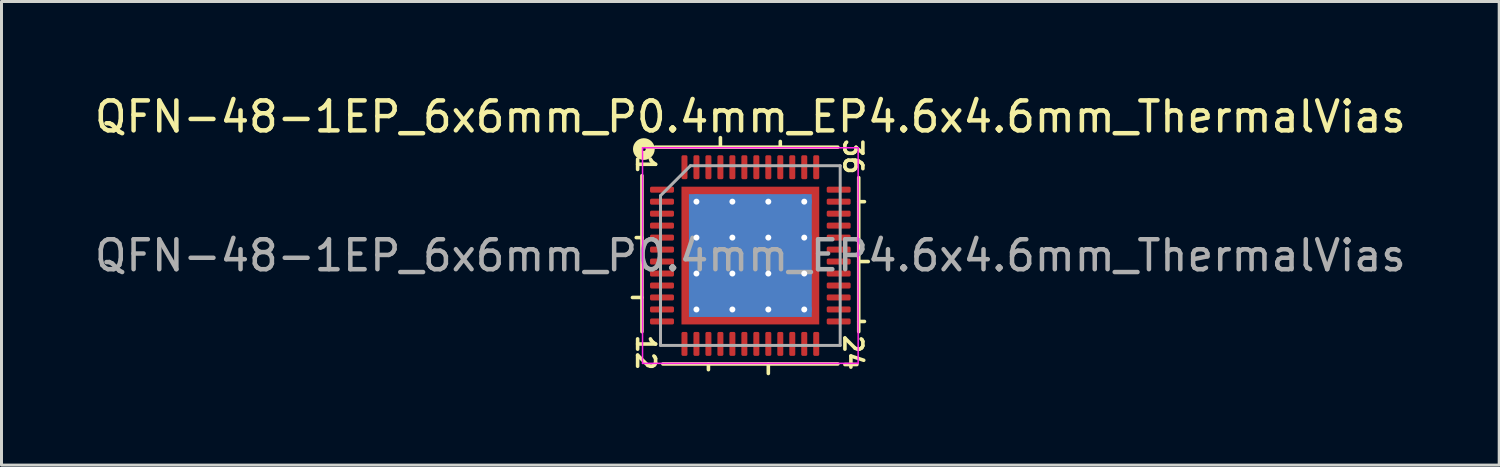
<source format=kicad_pcb>
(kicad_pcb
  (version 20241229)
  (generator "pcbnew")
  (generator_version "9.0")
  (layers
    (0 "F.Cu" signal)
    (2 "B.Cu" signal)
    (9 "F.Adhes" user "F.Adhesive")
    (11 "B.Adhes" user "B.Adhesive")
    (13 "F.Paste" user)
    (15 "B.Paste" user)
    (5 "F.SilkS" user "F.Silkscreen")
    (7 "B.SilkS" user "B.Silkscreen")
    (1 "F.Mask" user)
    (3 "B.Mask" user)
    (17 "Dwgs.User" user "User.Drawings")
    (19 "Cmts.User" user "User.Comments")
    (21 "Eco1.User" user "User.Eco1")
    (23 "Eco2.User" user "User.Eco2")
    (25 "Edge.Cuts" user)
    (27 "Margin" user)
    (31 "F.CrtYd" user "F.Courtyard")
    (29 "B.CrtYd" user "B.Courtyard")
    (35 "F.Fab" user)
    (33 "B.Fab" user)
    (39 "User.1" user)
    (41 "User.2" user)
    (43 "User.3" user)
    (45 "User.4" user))
  (footprint "QFN-48-1EP_6x6mm_P0.4mm_EP4.6x4.6mm_ThermalVias"
    (layer "F.Cu")
    (at 22.006 5.484)
    (property "Reference" "QFN-48-1EP_6x6mm_P0.4mm_EP4.6x4.6mm_ThermalVias" (at 0 -4.636 0) (layer "F.SilkS") (effects (font (size 1 1) (thickness 0.15))))
    (attr smd)
    (fp_line (start -3.619 -2.667) (end -3.619 2.54) (stroke (width 0.12) (type solid)) (layer "F.SilkS"))
    (fp_line (start -3.619 -0.6) (end -3.81 -0.6) (stroke (width 0.12) (type solid)) (layer "F.SilkS"))
    (fp_line (start -3.619 1.4) (end -3.937 1.4) (stroke (width 0.12) (type solid)) (layer "F.SilkS"))
    (fp_line (start -2.921 3.619) (end 2.921 3.619) (stroke (width 0.12) (type solid)) (layer "F.SilkS"))
    (fp_line (start -1.4 3.81) (end -1.4 3.619) (stroke (width 0.12) (type solid)) (layer "F.SilkS"))
    (fp_line (start -1 -3.619) (end -1 -3.937) (stroke (width 0.12) (type solid)) (layer "F.SilkS"))
    (fp_line (start 0.6 3.619) (end 0.6 3.937) (stroke (width 0.12) (type solid)) (layer "F.SilkS"))
    (fp_line (start 1 -3.619) (end 1 -3.81) (stroke (width 0.12) (type solid)) (layer "F.SilkS"))
    (fp_line (start 2.921 -3.619) (end -3.175 -3.619) (stroke (width 0.12) (type solid)) (layer "F.SilkS"))
    (fp_line (start 3.619 -1.8) (end 3.81 -1.8) (stroke (width 0.12) (type solid)) (layer "F.SilkS"))
    (fp_line (start 3.619 0.2) (end 3.937 0.2) (stroke (width 0.12) (type solid)) (layer "F.SilkS"))
    (fp_line (start 3.619 2.2) (end 3.81 2.2) (stroke (width 0.12) (type solid)) (layer "F.SilkS"))
    (fp_line (start 3.619 2.54) (end 3.619 -2.603) (stroke (width 0.12) (type solid)) (layer "F.SilkS"))
    (fp_circle (center -3.556 -3.556) (end -3.493 -3.556) (stroke (width 0.3) (type solid)) (fill no) (layer "F.SilkS"))
    (fp_line (start -3.6 -3.6) (end -3.6 3.6) (stroke (width 0.05) (type solid)) (layer "F.CrtYd"))
    (fp_line (start -3.6 3.6) (end 3.6 3.6) (stroke (width 0.05) (type solid)) (layer "F.CrtYd"))
    (fp_line (start 3.6 -3.6) (end -3.6 -3.6) (stroke (width 0.05) (type solid)) (layer "F.CrtYd"))
    (fp_line (start 3.6 3.6) (end 3.6 -3.6) (stroke (width 0.05) (type solid)) (layer "F.CrtYd"))
    (fp_line (start -3 -2) (end -2 -3) (stroke (width 0.1) (type solid)) (layer "F.Fab"))
    (fp_line (start -3 3) (end -3 -2) (stroke (width 0.1) (type solid)) (layer "F.Fab"))
    (fp_line (start -2 -3) (end 3 -3) (stroke (width 0.1) (type solid)) (layer "F.Fab"))
    (fp_line (start 3 -3) (end 3 3) (stroke (width 0.1) (type solid)) (layer "F.Fab"))
    (fp_line (start 3 3) (end -3 3) (stroke (width 0.1) (type solid)) (layer "F.Fab"))
    (fp_text user "36" (at 3.429 -3.302 270) (unlocked yes) (layer "F.SilkS") (effects (font (size 0.6 0.6) (thickness 0.12))))
    (fp_text user "12" (at -3.493 3.239 270) (unlocked yes) (layer "F.SilkS") (effects (font (size 0.6 0.6) (thickness 0.12))))
    (fp_text user "1" (at -3.493 -3.048 270) (unlocked yes) (layer "F.SilkS") (effects (font (size 0.6 0.6) (thickness 0.12))))
    (fp_text user "24" (at 3.429 3.239 270) (unlocked yes) (layer "F.SilkS") (effects (font (size 0.6 0.6) (thickness 0.12))))
    (fp_text user "${REFERENCE}" (at 0 0 0) (layer "F.Fab") (effects (font (size 1 1) (thickness 0.15))))
    (pad "" smd custom (at -2.05 -2.05) (size 0.272 0.272) (layers "F.Paste") (options (anchor circle)) (primitives (gr_poly (pts (xy 0.101 -0.026) (xy -0.026 0.101) (xy -0.101 0.101) (xy -0.101 -0.101) (xy 0.101 -0.101)) (width 0.202) (fill yes))))
    (pad "" smd custom (at -2.05 -1.2) (size 0.32 0.32) (layers "F.Paste") (options (anchor circle)) (primitives (gr_poly (pts (xy 0.118 -0.331) (xy 0.118 0.331) (xy 0.049 0.4) (xy -0.118 0.4) (xy -0.118 -0.4) (xy 0.049 -0.4)) (width 0.167) (fill yes))))
    (pad "" smd custom (at -2.05 0) (size 0.32 0.32) (layers "F.Paste") (options (anchor circle)) (primitives (gr_poly (pts (xy 0.118 -0.331) (xy 0.118 0.331) (xy 0.049 0.4) (xy -0.118 0.4) (xy -0.118 -0.4) (xy 0.049 -0.4)) (width 0.167) (fill yes))))
    (pad "" smd custom (at -2.05 1.2) (size 0.32 0.32) (layers "F.Paste") (options (anchor circle)) (primitives (gr_poly (pts (xy 0.118 -0.331) (xy 0.118 0.331) (xy 0.049 0.4) (xy -0.118 0.4) (xy -0.118 -0.4) (xy 0.049 -0.4)) (width 0.167) (fill yes))))
    (pad "" smd custom (at -2.05 2.05) (size 0.272 0.272) (layers "F.Paste") (options (anchor circle)) (primitives (gr_poly (pts (xy 0.101 0.026) (xy 0.101 0.101) (xy -0.101 0.101) (xy -0.101 -0.101) (xy -0.026 -0.101)) (width 0.202) (fill yes))))
    (pad "" smd custom (at -1.2 -2.05) (size 0.32 0.32) (layers "F.Paste") (options (anchor circle)) (primitives (gr_poly (pts (xy 0.4 0.049) (xy 0.331 0.118) (xy -0.331 0.118) (xy -0.4 0.049) (xy -0.4 -0.118) (xy 0.4 -0.118)) (width 0.167) (fill yes))))
    (pad "" smd roundrect (at -1.2 -1.2) (size 0.967 0.967) (layers "F.Paste") (roundrect_rratio 0.25))
    (pad "" smd roundrect (at -1.2 0) (size 0.967 0.967) (layers "F.Paste") (roundrect_rratio 0.25))
    (pad "" smd roundrect (at -1.2 1.2) (size 0.967 0.967) (layers "F.Paste") (roundrect_rratio 0.25))
    (pad "" smd custom (at -1.2 2.05) (size 0.32 0.32) (layers "F.Paste") (options (anchor circle)) (primitives (gr_poly (pts (xy 0.4 -0.049) (xy 0.4 0.118) (xy -0.4 0.118) (xy -0.4 -0.049) (xy -0.331 -0.118) (xy 0.331 -0.118)) (width 0.167) (fill yes))))
    (pad "" smd custom (at 0 -2.05) (size 0.32 0.32) (layers "F.Paste") (options (anchor circle)) (primitives (gr_poly (pts (xy 0.4 0.049) (xy 0.331 0.118) (xy -0.331 0.118) (xy -0.4 0.049) (xy -0.4 -0.118) (xy 0.4 -0.118)) (width 0.167) (fill yes))))
    (pad "" smd roundrect (at 0 -1.2) (size 0.967 0.967) (layers "F.Paste") (roundrect_rratio 0.25))
    (pad "" smd roundrect (at 0 0) (size 0.967 0.967) (layers "F.Paste") (roundrect_rratio 0.25))
    (pad "" smd roundrect (at 0 1.2) (size 0.967 0.967) (layers "F.Paste") (roundrect_rratio 0.25))
    (pad "" smd custom (at 0 2.05) (size 0.32 0.32) (layers "F.Paste") (options (anchor circle)) (primitives (gr_poly (pts (xy 0.4 -0.049) (xy 0.4 0.118) (xy -0.4 0.118) (xy -0.4 -0.049) (xy -0.331 -0.118) (xy 0.331 -0.118)) (width 0.167) (fill yes))))
    (pad "" smd custom (at 1.2 -2.05) (size 0.32 0.32) (layers "F.Paste") (options (anchor circle)) (primitives (gr_poly (pts (xy 0.4 0.049) (xy 0.331 0.118) (xy -0.331 0.118) (xy -0.4 0.049) (xy -0.4 -0.118) (xy 0.4 -0.118)) (width 0.167) (fill yes))))
    (pad "" smd roundrect (at 1.2 -1.2) (size 0.967 0.967) (layers "F.Paste") (roundrect_rratio 0.25))
    (pad "" smd roundrect (at 1.2 0) (size 0.967 0.967) (layers "F.Paste") (roundrect_rratio 0.25))
    (pad "" smd roundrect (at 1.2 1.2) (size 0.967 0.967) (layers "F.Paste") (roundrect_rratio 0.25))
    (pad "" smd custom (at 1.2 2.05) (size 0.32 0.32) (layers "F.Paste") (options (anchor circle)) (primitives (gr_poly (pts (xy 0.4 -0.049) (xy 0.4 0.118) (xy -0.4 0.118) (xy -0.4 -0.049) (xy -0.331 -0.118) (xy 0.331 -0.118)) (width 0.167) (fill yes))))
    (pad "" smd custom (at 2.05 -2.05) (size 0.272 0.272) (layers "F.Paste") (options (anchor circle)) (primitives (gr_poly (pts (xy 0.101 0.101) (xy 0.026 0.101) (xy -0.101 -0.026) (xy -0.101 -0.101) (xy 0.101 -0.101)) (width 0.202) (fill yes))))
    (pad "" smd custom (at 2.05 -1.2) (size 0.32 0.32) (layers "F.Paste") (options (anchor circle)) (primitives (gr_poly (pts (xy 0.118 0.4) (xy -0.049 0.4) (xy -0.118 0.331) (xy -0.118 -0.331) (xy -0.049 -0.4) (xy 0.118 -0.4)) (width 0.167) (fill yes))))
    (pad "" smd custom (at 2.05 0) (size 0.32 0.32) (layers "F.Paste") (options (anchor circle)) (primitives (gr_poly (pts (xy 0.118 0.4) (xy -0.049 0.4) (xy -0.118 0.331) (xy -0.118 -0.331) (xy -0.049 -0.4) (xy 0.118 -0.4)) (width 0.167) (fill yes))))
    (pad "" smd custom (at 2.05 1.2) (size 0.32 0.32) (layers "F.Paste") (options (anchor circle)) (primitives (gr_poly (pts (xy 0.118 0.4) (xy -0.049 0.4) (xy -0.118 0.331) (xy -0.118 -0.331) (xy -0.049 -0.4) (xy 0.118 -0.4)) (width 0.167) (fill yes))))
    (pad "" smd custom (at 2.05 2.05) (size 0.272 0.272) (layers "F.Paste") (options (anchor circle)) (primitives (gr_poly (pts (xy 0.101 0.101) (xy -0.101 0.101) (xy -0.101 0.026) (xy 0.026 -0.101) (xy 0.101 -0.101)) (width 0.202) (fill yes))))
    (pad "1" smd roundrect (at -2.95 -2.2) (size 0.8 0.2) (layers "F.Cu" "F.Mask" "F.Paste") (roundrect_rratio 0.25))
    (pad "2" smd roundrect (at -2.95 -1.8) (size 0.8 0.2) (layers "F.Cu" "F.Mask" "F.Paste") (roundrect_rratio 0.25))
    (pad "3" smd roundrect (at -2.95 -1.4) (size 0.8 0.2) (layers "F.Cu" "F.Mask" "F.Paste") (roundrect_rratio 0.25))
    (pad "4" smd roundrect (at -2.95 -1) (size 0.8 0.2) (layers "F.Cu" "F.Mask" "F.Paste") (roundrect_rratio 0.25))
    (pad "5" smd roundrect (at -2.95 -0.6) (size 0.8 0.2) (layers "F.Cu" "F.Mask" "F.Paste") (roundrect_rratio 0.25))
    (pad "6" smd roundrect (at -2.95 -0.2) (size 0.8 0.2) (layers "F.Cu" "F.Mask" "F.Paste") (roundrect_rratio 0.25))
    (pad "7" smd roundrect (at -2.95 0.2) (size 0.8 0.2) (layers "F.Cu" "F.Mask" "F.Paste") (roundrect_rratio 0.25))
    (pad "8" smd roundrect (at -2.95 0.6) (size 0.8 0.2) (layers "F.Cu" "F.Mask" "F.Paste") (roundrect_rratio 0.25))
    (pad "9" smd roundrect (at -2.95 1) (size 0.8 0.2) (layers "F.Cu" "F.Mask" "F.Paste") (roundrect_rratio 0.25))
    (pad "10" smd roundrect (at -2.95 1.4) (size 0.8 0.2) (layers "F.Cu" "F.Mask" "F.Paste") (roundrect_rratio 0.25))
    (pad "11" smd roundrect (at -2.95 1.8) (size 0.8 0.2) (layers "F.Cu" "F.Mask" "F.Paste") (roundrect_rratio 0.25))
    (pad "12" smd roundrect (at -2.95 2.2) (size 0.8 0.2) (layers "F.Cu" "F.Mask" "F.Paste") (roundrect_rratio 0.25))
    (pad "13" smd roundrect (at -2.2 2.95) (size 0.2 0.8) (layers "F.Cu" "F.Mask" "F.Paste") (roundrect_rratio 0.25))
    (pad "14" smd roundrect (at -1.8 2.95) (size 0.2 0.8) (layers "F.Cu" "F.Mask" "F.Paste") (roundrect_rratio 0.25))
    (pad "15" smd roundrect (at -1.4 2.95) (size 0.2 0.8) (layers "F.Cu" "F.Mask" "F.Paste") (roundrect_rratio 0.25))
    (pad "16" smd roundrect (at -1 2.95) (size 0.2 0.8) (layers "F.Cu" "F.Mask" "F.Paste") (roundrect_rratio 0.25))
    (pad "17" smd roundrect (at -0.6 2.95) (size 0.2 0.8) (layers "F.Cu" "F.Mask" "F.Paste") (roundrect_rratio 0.25))
    (pad "18" smd roundrect (at -0.2 2.95) (size 0.2 0.8) (layers "F.Cu" "F.Mask" "F.Paste") (roundrect_rratio 0.25))
    (pad "19" smd roundrect (at 0.2 2.95) (size 0.2 0.8) (layers "F.Cu" "F.Mask" "F.Paste") (roundrect_rratio 0.25))
    (pad "20" smd roundrect (at 0.6 2.95) (size 0.2 0.8) (layers "F.Cu" "F.Mask" "F.Paste") (roundrect_rratio 0.25))
    (pad "21" smd roundrect (at 1 2.95) (size 0.2 0.8) (layers "F.Cu" "F.Mask" "F.Paste") (roundrect_rratio 0.25))
    (pad "22" smd roundrect (at 1.4 2.95) (size 0.2 0.8) (layers "F.Cu" "F.Mask" "F.Paste") (roundrect_rratio 0.25))
    (pad "23" smd roundrect (at 1.8 2.95) (size 0.2 0.8) (layers "F.Cu" "F.Mask" "F.Paste") (roundrect_rratio 0.25))
    (pad "24" smd roundrect (at 2.2 2.95) (size 0.2 0.8) (layers "F.Cu" "F.Mask" "F.Paste") (roundrect_rratio 0.25))
    (pad "25" smd roundrect (at 2.95 2.2) (size 0.8 0.2) (layers "F.Cu" "F.Mask" "F.Paste") (roundrect_rratio 0.25))
    (pad "26" smd roundrect (at 2.95 1.8) (size 0.8 0.2) (layers "F.Cu" "F.Mask" "F.Paste") (roundrect_rratio 0.25))
    (pad "27" smd roundrect (at 2.95 1.4) (size 0.8 0.2) (layers "F.Cu" "F.Mask" "F.Paste") (roundrect_rratio 0.25))
    (pad "28" smd roundrect (at 2.95 1) (size 0.8 0.2) (layers "F.Cu" "F.Mask" "F.Paste") (roundrect_rratio 0.25))
    (pad "29" smd roundrect (at 2.95 0.6) (size 0.8 0.2) (layers "F.Cu" "F.Mask" "F.Paste") (roundrect_rratio 0.25))
    (pad "30" smd roundrect (at 2.95 0.2) (size 0.8 0.2) (layers "F.Cu" "F.Mask" "F.Paste") (roundrect_rratio 0.25))
    (pad "31" smd roundrect (at 2.95 -0.2) (size 0.8 0.2) (layers "F.Cu" "F.Mask" "F.Paste") (roundrect_rratio 0.25))
    (pad "32" smd roundrect (at 2.95 -0.6) (size 0.8 0.2) (layers "F.Cu" "F.Mask" "F.Paste") (roundrect_rratio 0.25))
    (pad "33" smd roundrect (at 2.95 -1) (size 0.8 0.2) (layers "F.Cu" "F.Mask" "F.Paste") (roundrect_rratio 0.25))
    (pad "34" smd roundrect (at 2.95 -1.4) (size 0.8 0.2) (layers "F.Cu" "F.Mask" "F.Paste") (roundrect_rratio 0.25))
    (pad "35" smd roundrect (at 2.95 -1.8) (size 0.8 0.2) (layers "F.Cu" "F.Mask" "F.Paste") (roundrect_rratio 0.25))
    (pad "36" smd roundrect (at 2.95 -2.2) (size 0.8 0.2) (layers "F.Cu" "F.Mask" "F.Paste") (roundrect_rratio 0.25))
    (pad "37" smd roundrect (at 2.2 -2.95) (size 0.2 0.8) (layers "F.Cu" "F.Mask" "F.Paste") (roundrect_rratio 0.25))
    (pad "38" smd roundrect (at 1.8 -2.95) (size 0.2 0.8) (layers "F.Cu" "F.Mask" "F.Paste") (roundrect_rratio 0.25))
    (pad "39" smd roundrect (at 1.4 -2.95) (size 0.2 0.8) (layers "F.Cu" "F.Mask" "F.Paste") (roundrect_rratio 0.25))
    (pad "40" smd roundrect (at 1 -2.95) (size 0.2 0.8) (layers "F.Cu" "F.Mask" "F.Paste") (roundrect_rratio 0.25))
    (pad "41" smd roundrect (at 0.6 -2.95) (size 0.2 0.8) (layers "F.Cu" "F.Mask" "F.Paste") (roundrect_rratio 0.25))
    (pad "42" smd roundrect (at 0.2 -2.95) (size 0.2 0.8) (layers "F.Cu" "F.Mask" "F.Paste") (roundrect_rratio 0.25))
    (pad "43" smd roundrect (at -0.2 -2.95) (size 0.2 0.8) (layers "F.Cu" "F.Mask" "F.Paste") (roundrect_rratio 0.25))
    (pad "44" smd roundrect (at -0.6 -2.95) (size 0.2 0.8) (layers "F.Cu" "F.Mask" "F.Paste") (roundrect_rratio 0.25))
    (pad "45" smd roundrect (at -1 -2.95) (size 0.2 0.8) (layers "F.Cu" "F.Mask" "F.Paste") (roundrect_rratio 0.25))
    (pad "46" smd roundrect (at -1.4 -2.95) (size 0.2 0.8) (layers "F.Cu" "F.Mask" "F.Paste") (roundrect_rratio 0.25))
    (pad "47" smd roundrect (at -1.8 -2.95) (size 0.2 0.8) (layers "F.Cu" "F.Mask" "F.Paste") (roundrect_rratio 0.25))
    (pad "48" smd roundrect (at -2.2 -2.95) (size 0.2 0.8) (layers "F.Cu" "F.Mask" "F.Paste") (roundrect_rratio 0.25))
    (pad "49" thru_hole circle (at -1.8 -1.8) (size 0.5 0.5) (drill 0.2) (layers "*.Cu"))
    (pad "49" thru_hole circle (at -1.8 -0.6) (size 0.5 0.5) (drill 0.2) (layers "*.Cu"))
    (pad "49" thru_hole circle (at -1.8 0.6) (size 0.5 0.5) (drill 0.2) (layers "*.Cu"))
    (pad "49" thru_hole circle (at -1.8 1.8) (size 0.5 0.5) (drill 0.2) (layers "*.Cu"))
    (pad "49" thru_hole circle (at -0.6 -1.8) (size 0.5 0.5) (drill 0.2) (layers "*.Cu"))
    (pad "49" thru_hole circle (at -0.6 -0.6) (size 0.5 0.5) (drill 0.2) (layers "*.Cu"))
    (pad "49" thru_hole circle (at -0.6 0.6) (size 0.5 0.5) (drill 0.2) (layers "*.Cu"))
    (pad "49" thru_hole circle (at -0.6 1.8) (size 0.5 0.5) (drill 0.2) (layers "*.Cu"))
    (pad "49" smd rect (at 0 0) (size 4.1 4.1) (layers "B.Cu" "B.Mask"))
    (pad "49" smd rect (at 0 0) (size 4.6 4.6) (layers "F.Cu" "F.Mask"))
    (pad "49" thru_hole circle (at 0.6 -1.8) (size 0.5 0.5) (drill 0.2) (layers "*.Cu"))
    (pad "49" thru_hole circle (at 0.6 -0.6) (size 0.5 0.5) (drill 0.2) (layers "*.Cu"))
    (pad "49" thru_hole circle (at 0.6 0.6) (size 0.5 0.5) (drill 0.2) (layers "*.Cu"))
    (pad "49" thru_hole circle (at 0.6 1.8) (size 0.5 0.5) (drill 0.2) (layers "*.Cu"))
    (pad "49" thru_hole circle (at 1.8 -1.8) (size 0.5 0.5) (drill 0.2) (layers "*.Cu"))
    (pad "49" thru_hole circle (at 1.8 -0.6) (size 0.5 0.5) (drill 0.2) (layers "*.Cu"))
    (pad "49" thru_hole circle (at 1.8 0.6) (size 0.5 0.5) (drill 0.2) (layers "*.Cu"))
    (pad "49" thru_hole circle (at 1.8 1.8) (size 0.5 0.5) (drill 0.2) (layers "*.Cu")))
  (gr_rect
    (start -3 -3)
    (end 47.012 12.481)
    (stroke (width 0.1) (type default))
    (fill no)
    (layer "Edge.Cuts")))
</source>
